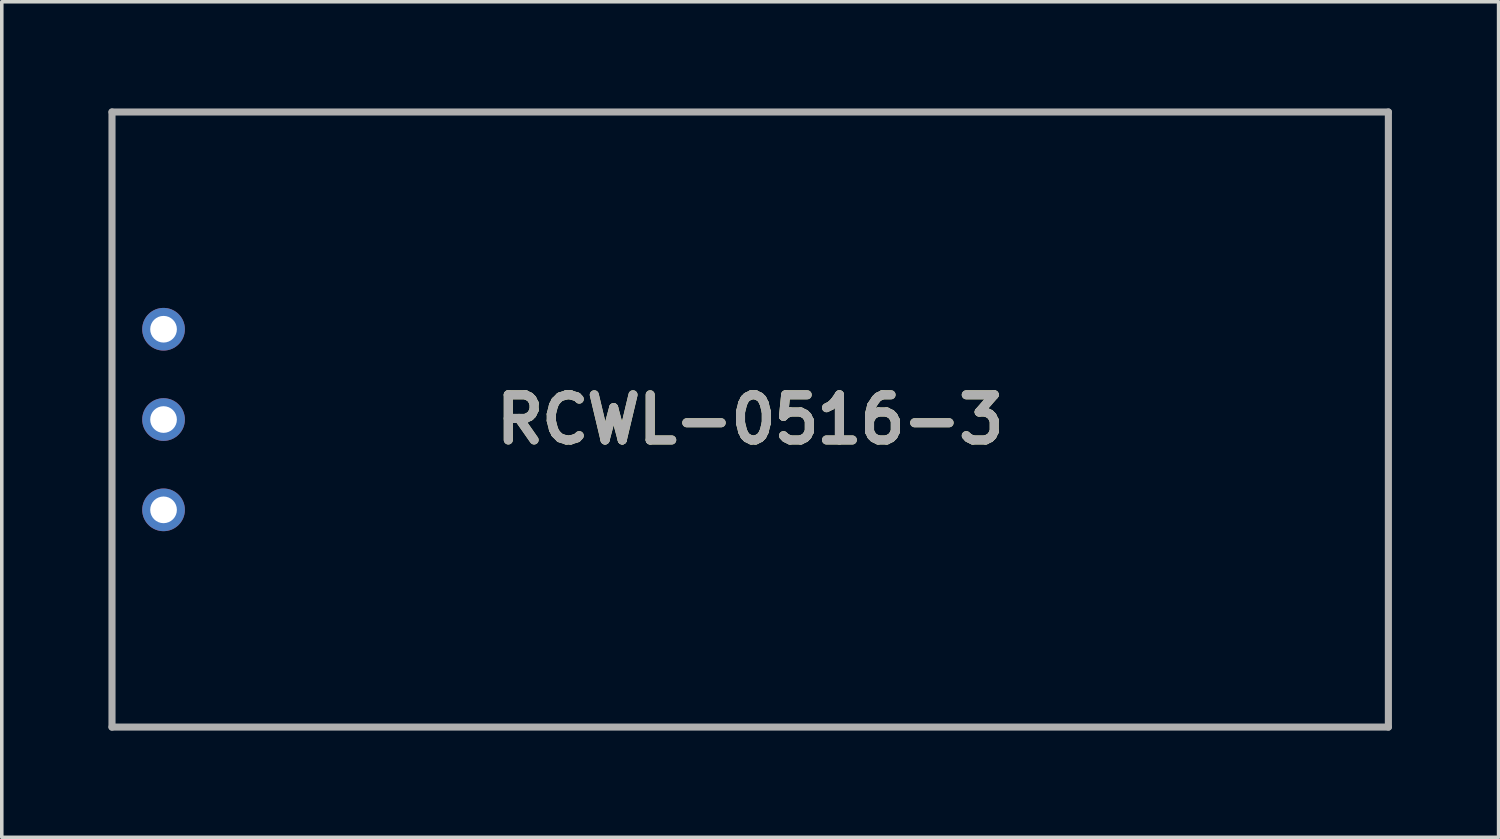
<source format=kicad_pcb>
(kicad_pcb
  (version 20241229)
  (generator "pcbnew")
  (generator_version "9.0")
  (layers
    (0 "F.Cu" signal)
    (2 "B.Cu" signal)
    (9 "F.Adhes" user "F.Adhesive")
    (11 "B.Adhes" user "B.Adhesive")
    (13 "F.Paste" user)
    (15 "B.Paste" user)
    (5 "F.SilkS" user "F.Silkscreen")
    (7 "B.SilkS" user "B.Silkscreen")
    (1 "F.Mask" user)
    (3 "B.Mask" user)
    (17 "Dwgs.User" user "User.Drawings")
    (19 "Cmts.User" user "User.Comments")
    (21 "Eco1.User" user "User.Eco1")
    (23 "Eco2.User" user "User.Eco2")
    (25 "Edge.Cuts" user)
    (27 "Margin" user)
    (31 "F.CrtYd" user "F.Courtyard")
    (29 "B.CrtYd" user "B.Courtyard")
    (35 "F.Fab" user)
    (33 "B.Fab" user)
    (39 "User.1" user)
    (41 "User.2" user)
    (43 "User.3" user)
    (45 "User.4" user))
  (footprint "RCWL-0516-3"
    (layer "F.Cu")
    (at 1.55 13.83)
    (property "Reference" "RCWL-0516-3" (at 16.5 -5.08 0) (layer "F.SilkS") (effects (font (size 1.27 1.27) (thickness 0.254))))
    (attr through_hole)
    (fp_line (start -1.45 -13.73) (end 34.45 -13.73) (stroke (width 0.1) (type solid)) (layer "F.SilkS"))
    (fp_line (start -1.45 3.57) (end -1.45 -13.73) (stroke (width 0.1) (type solid)) (layer "F.SilkS"))
    (fp_line (start 34.45 -13.73) (end 34.45 3.57) (stroke (width 0.1) (type solid)) (layer "F.SilkS"))
    (fp_line (start 34.45 3.57) (end -1.45 3.57) (stroke (width 0.1) (type solid)) (layer "F.SilkS"))
    (fp_line (start -1.45 -13.73) (end 34.45 -13.73) (stroke (width 0.2) (type solid)) (layer "F.Fab"))
    (fp_line (start -1.45 3.57) (end -1.45 -13.73) (stroke (width 0.2) (type solid)) (layer "F.Fab"))
    (fp_line (start 34.45 -13.73) (end 34.45 3.57) (stroke (width 0.2) (type solid)) (layer "F.Fab"))
    (fp_line (start 34.45 3.57) (end -1.45 3.57) (stroke (width 0.2) (type solid)) (layer "F.Fab"))
    (fp_text user "${REFERENCE}" (at 16.5 -5.08 0) (layer "F.Fab") (effects (font (size 1.27 1.27) (thickness 0.254))))
    (pad "2" thru_hole circle (at 0 -2.54) (size 1.2 1.2) (drill 0.75) (layers "*.Cu" "*.Mask"))
    (pad "3" thru_hole circle (at 0 -5.08) (size 1.2 1.2) (drill 0.75) (layers "*.Cu" "*.Mask"))
    (pad "4" thru_hole circle (at 0 -7.62) (size 1.2 1.2) (drill 0.75) (layers "*.Cu" "*.Mask")))
  (gr_rect
    (start -3 -3)
    (end 39.1 20.5)
    (stroke (width 0.1) (type default))
    (fill no)
    (layer "Edge.Cuts")))
</source>
